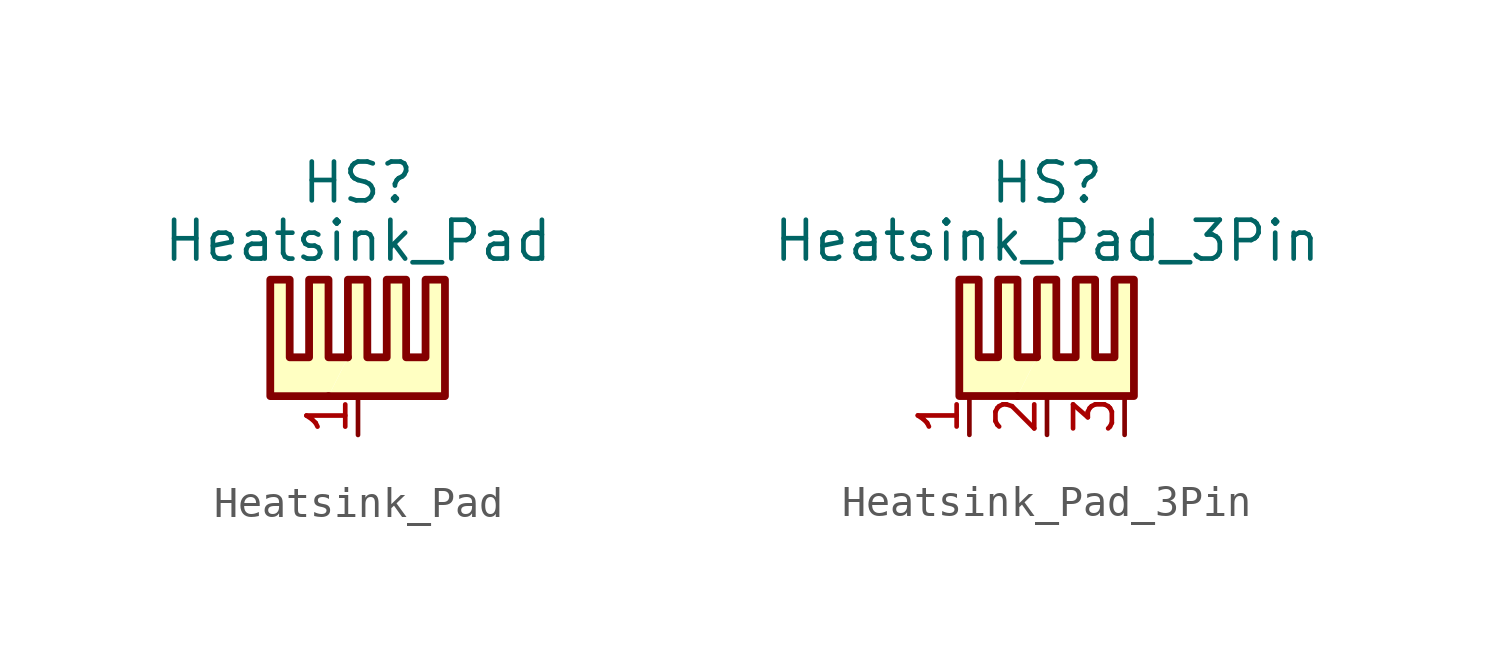
<source format=kicad_sym>
(kicad_symbol_lib
  (version 20241209)
  (generator "kicad_symbol_editor")
  (generator_version "9.0")
  (symbol "Heatsink_Pad"
    (pin_names
      (offset 0))
    (property "Reference" "HS"
      (at 0 5.715 0)
      (effects (font (size 1.27 1.27))))
    (property "Value" "Heatsink_Pad"
      (at 0 3.81 0)
      (effects (font (size 1.27 1.27))))
    (symbol "Heatsink_Pad_0_1"
      (polyline (pts (xy -0.33 0) (xy -0.965 0) (xy -0.965 2.54) (xy -1.6 2.54) (xy -1.6 0) (xy -2.235 0) (xy -2.235 2.54) (xy -2.87 2.54) (xy -2.87 -1.27) (xy -0.965 -1.27)) (stroke (width 0.254) (type default)) (fill (type background)))
      (polyline (pts (xy -0.33 0) (xy -0.33 2.54) (xy 0.305 2.54) (xy 0.305 0) (xy 0.94 0) (xy 0.94 2.54) (xy 1.575 2.54) (xy 1.575 0) (xy 2.21 0) (xy 2.21 2.54) (xy 2.845 2.54) (xy 2.845 -1.27) (xy -0.965 -1.27)) (stroke (width 0.254) (type default)) (fill (type background))))
    (symbol "Heatsink_Pad_1_1"
      (pin passive line (at 0 -2.54 90) (length 1.27) (name "~" (effects (font (size 1.27 1.27)))) (number "1" (effects (font (size 1.27 1.27)))))))
  (symbol "Heatsink_Pad_3Pin"
    (pin_names
      (offset 0))
    (property "Reference" "HS"
      (at 0 5.715 0)
      (effects (font (size 1.27 1.27))))
    (property "Value" "Heatsink_Pad_3Pin"
      (at 0 3.81 0)
      (effects (font (size 1.27 1.27))))
    (symbol "Heatsink_Pad_3Pin_0_1"
      (polyline (pts (xy -0.33 0) (xy -0.965 0) (xy -0.965 2.54) (xy -1.6 2.54) (xy -1.6 0) (xy -2.235 0) (xy -2.235 2.54) (xy -2.87 2.54) (xy -2.87 -1.27) (xy -0.965 -1.27)) (stroke (width 0.254) (type default)) (fill (type background)))
      (polyline (pts (xy -0.33 0) (xy -0.33 2.54) (xy 0.305 2.54) (xy 0.305 0) (xy 0.94 0) (xy 0.94 2.54) (xy 1.575 2.54) (xy 1.575 0) (xy 2.21 0) (xy 2.21 2.54) (xy 2.845 2.54) (xy 2.845 -1.27) (xy -0.965 -1.27)) (stroke (width 0.254) (type default)) (fill (type background))))
    (symbol "Heatsink_Pad_3Pin_1_1"
      (pin passive line (at -2.54 -2.54 90) (length 1.27) (name "~" (effects (font (size 1.27 1.27)))) (number "1" (effects (font (size 1.27 1.27)))))
      (pin passive line (at 0 -2.54 90) (length 1.27) (name "~" (effects (font (size 1.27 1.27)))) (number "2" (effects (font (size 1.27 1.27)))))
      (pin passive line (at 2.54 -2.54 90) (length 1.27) (name "~" (effects (font (size 1.27 1.27)))) (number "3" (effects (font (size 1.27 1.27))))))))
</source>
